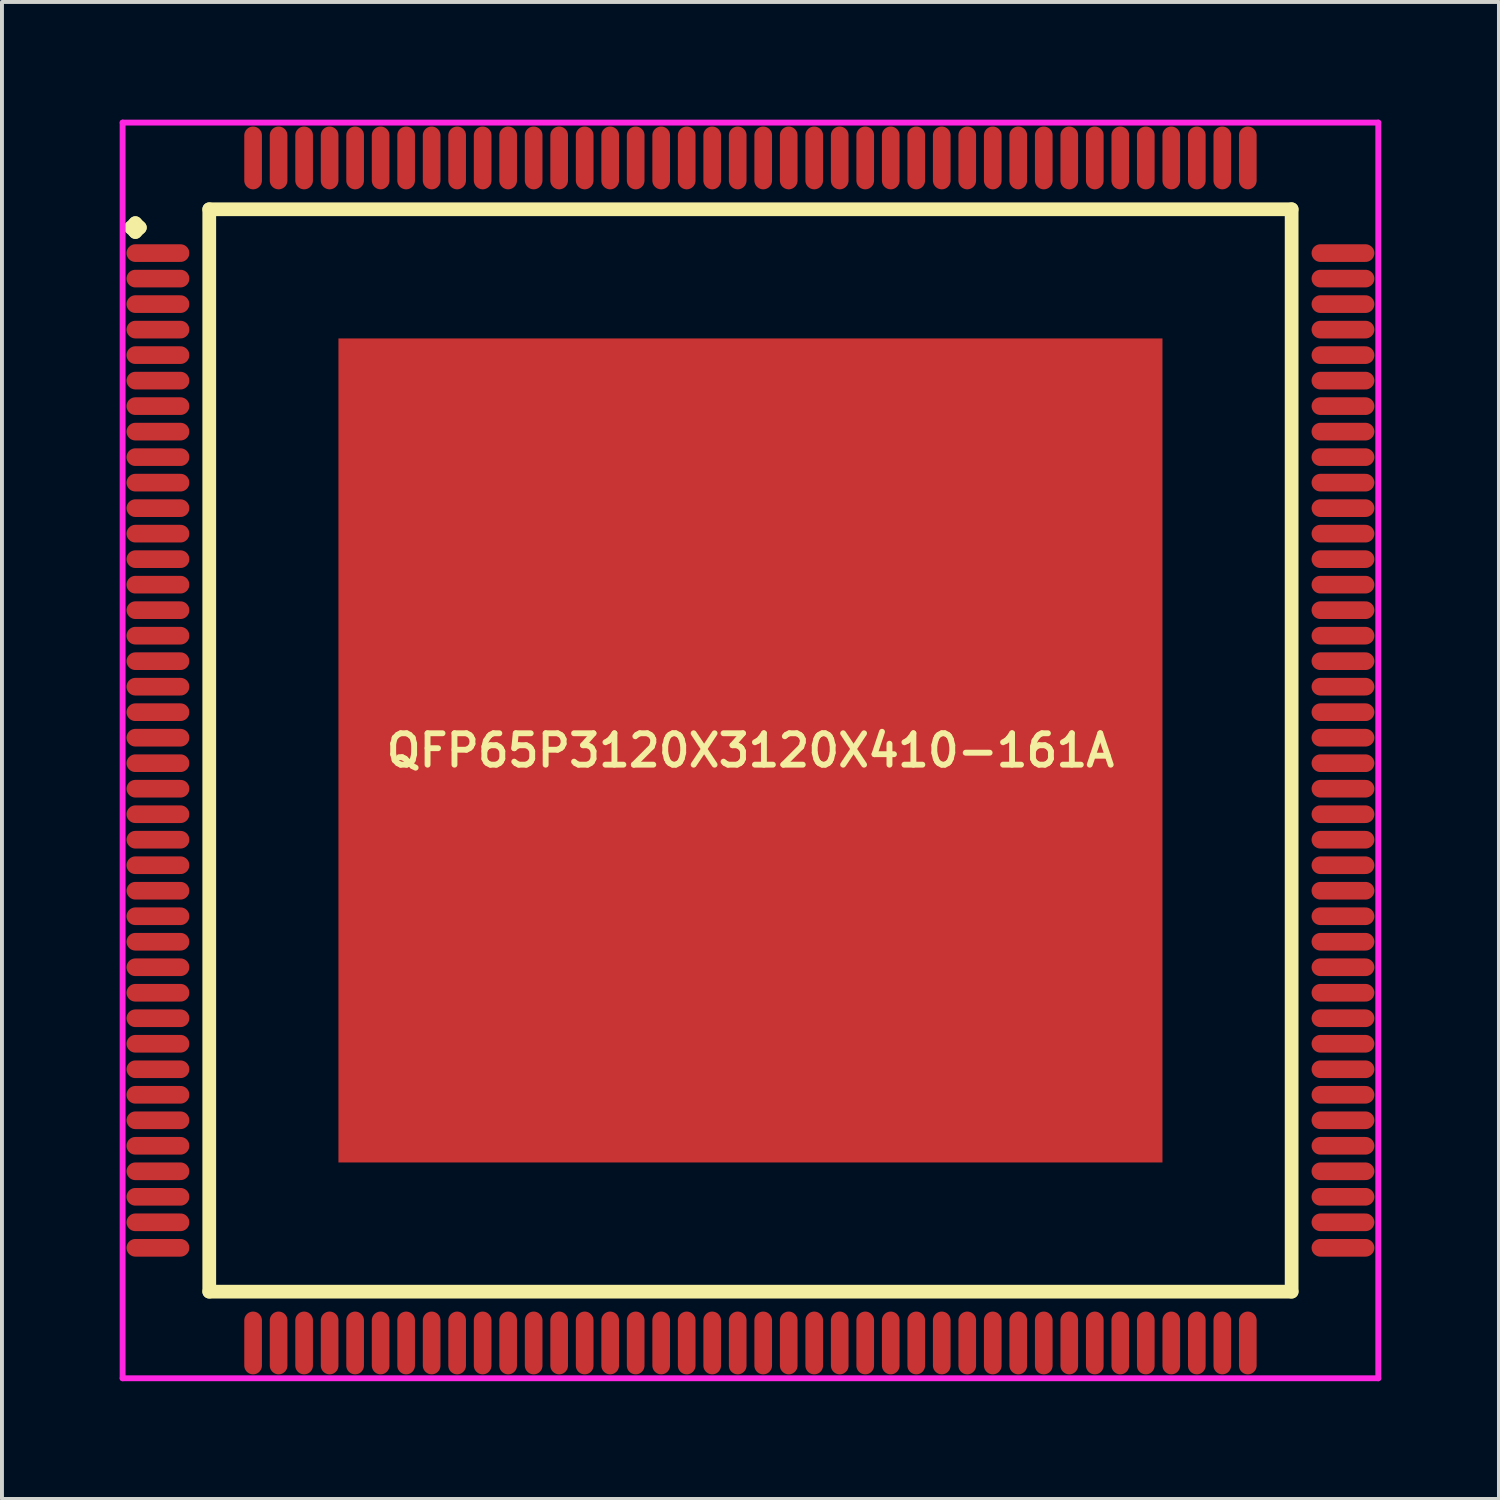
<source format=kicad_pcb>
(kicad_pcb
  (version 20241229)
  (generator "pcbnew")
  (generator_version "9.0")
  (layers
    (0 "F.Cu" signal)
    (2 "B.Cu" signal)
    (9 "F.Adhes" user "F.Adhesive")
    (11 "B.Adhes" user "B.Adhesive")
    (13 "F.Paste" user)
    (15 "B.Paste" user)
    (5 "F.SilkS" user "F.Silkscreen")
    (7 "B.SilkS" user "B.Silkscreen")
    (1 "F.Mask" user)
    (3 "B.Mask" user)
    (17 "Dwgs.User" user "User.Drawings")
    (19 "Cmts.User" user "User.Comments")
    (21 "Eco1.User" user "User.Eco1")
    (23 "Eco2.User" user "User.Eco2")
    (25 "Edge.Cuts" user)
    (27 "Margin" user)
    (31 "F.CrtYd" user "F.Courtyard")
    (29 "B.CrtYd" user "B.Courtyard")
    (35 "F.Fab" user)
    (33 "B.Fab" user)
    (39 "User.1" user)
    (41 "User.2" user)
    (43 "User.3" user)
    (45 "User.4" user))
  (footprint "QFP65P3120X3120X410-161A"
    (layer "F.Cu")
    (at 16.075 16.075)
    (property "Reference" "QFP65P3120X3120X410-161A" (at 0 0 0) (layer "F.SilkS") (effects (font (size 0.8 0.8) (thickness 0.15))))
    (attr through_hole)
    (fp_line (start -15.787 -13.325) (end -15.675 -13.438) (stroke (width 0.35) (type solid)) (layer "F.SilkS"))
    (fp_line (start -15.675 -13.438) (end -15.562 -13.325) (stroke (width 0.35) (type solid)) (layer "F.SilkS"))
    (fp_line (start -15.675 -13.213) (end -15.787 -13.325) (stroke (width 0.35) (type solid)) (layer "F.SilkS"))
    (fp_line (start -15.562 -13.325) (end -15.675 -13.213) (stroke (width 0.35) (type solid)) (layer "F.SilkS"))
    (fp_line (start -13.792 -13.792) (end -13.792 13.792) (stroke (width 0.35) (type solid)) (layer "F.SilkS"))
    (fp_line (start -13.792 13.792) (end 13.792 13.792) (stroke (width 0.35) (type solid)) (layer "F.SilkS"))
    (fp_line (start 13.792 -13.792) (end -13.792 -13.792) (stroke (width 0.35) (type solid)) (layer "F.SilkS"))
    (fp_line (start 13.792 13.792) (end 13.792 -13.792) (stroke (width 0.35) (type solid)) (layer "F.SilkS"))
    (fp_line (start -16 -16) (end 16 -16) (stroke (width 0.15) (type solid)) (layer "F.CrtYd"))
    (fp_line (start -16 16) (end -16 -16) (stroke (width 0.15) (type solid)) (layer "F.CrtYd"))
    (fp_line (start 16 -16) (end 16 16) (stroke (width 0.15) (type solid)) (layer "F.CrtYd"))
    (fp_line (start 16 16) (end -16 16) (stroke (width 0.15) (type solid)) (layer "F.CrtYd"))
    (pad "1" smd oval (at -15.1 -12.675) (size 1.6 0.45) (layers "F.Cu" "F.Mask" "F.Paste"))
    (pad "2" smd oval (at -15.1 -12.025) (size 1.6 0.45) (layers "F.Cu" "F.Mask" "F.Paste"))
    (pad "3" smd oval (at -15.1 -11.375) (size 1.6 0.45) (layers "F.Cu" "F.Mask" "F.Paste"))
    (pad "4" smd oval (at -15.1 -10.725) (size 1.6 0.45) (layers "F.Cu" "F.Mask" "F.Paste"))
    (pad "5" smd oval (at -15.1 -10.075) (size 1.6 0.45) (layers "F.Cu" "F.Mask" "F.Paste"))
    (pad "6" smd oval (at -15.1 -9.425) (size 1.6 0.45) (layers "F.Cu" "F.Mask" "F.Paste"))
    (pad "7" smd oval (at -15.1 -8.775) (size 1.6 0.45) (layers "F.Cu" "F.Mask" "F.Paste"))
    (pad "8" smd oval (at -15.1 -8.125) (size 1.6 0.45) (layers "F.Cu" "F.Mask" "F.Paste"))
    (pad "9" smd oval (at -15.1 -7.475) (size 1.6 0.45) (layers "F.Cu" "F.Mask" "F.Paste"))
    (pad "10" smd oval (at -15.1 -6.825) (size 1.6 0.45) (layers "F.Cu" "F.Mask" "F.Paste"))
    (pad "11" smd oval (at -15.1 -6.175) (size 1.6 0.45) (layers "F.Cu" "F.Mask" "F.Paste"))
    (pad "12" smd oval (at -15.1 -5.525) (size 1.6 0.45) (layers "F.Cu" "F.Mask" "F.Paste"))
    (pad "13" smd oval (at -15.1 -4.875) (size 1.6 0.45) (layers "F.Cu" "F.Mask" "F.Paste"))
    (pad "14" smd oval (at -15.1 -4.225) (size 1.6 0.45) (layers "F.Cu" "F.Mask" "F.Paste"))
    (pad "15" smd oval (at -15.1 -3.575) (size 1.6 0.45) (layers "F.Cu" "F.Mask" "F.Paste"))
    (pad "16" smd oval (at -15.1 -2.925) (size 1.6 0.45) (layers "F.Cu" "F.Mask" "F.Paste"))
    (pad "17" smd oval (at -15.1 -2.275) (size 1.6 0.45) (layers "F.Cu" "F.Mask" "F.Paste"))
    (pad "18" smd oval (at -15.1 -1.625) (size 1.6 0.45) (layers "F.Cu" "F.Mask" "F.Paste"))
    (pad "19" smd oval (at -15.1 -0.975) (size 1.6 0.45) (layers "F.Cu" "F.Mask" "F.Paste"))
    (pad "20" smd oval (at -15.1 -0.325) (size 1.6 0.45) (layers "F.Cu" "F.Mask" "F.Paste"))
    (pad "21" smd oval (at -15.1 0.325) (size 1.6 0.45) (layers "F.Cu" "F.Mask" "F.Paste"))
    (pad "22" smd oval (at -15.1 0.975) (size 1.6 0.45) (layers "F.Cu" "F.Mask" "F.Paste"))
    (pad "23" smd oval (at -15.1 1.625) (size 1.6 0.45) (layers "F.Cu" "F.Mask" "F.Paste"))
    (pad "24" smd oval (at -15.1 2.275) (size 1.6 0.45) (layers "F.Cu" "F.Mask" "F.Paste"))
    (pad "25" smd oval (at -15.1 2.925) (size 1.6 0.45) (layers "F.Cu" "F.Mask" "F.Paste"))
    (pad "26" smd oval (at -15.1 3.575) (size 1.6 0.45) (layers "F.Cu" "F.Mask" "F.Paste"))
    (pad "27" smd oval (at -15.1 4.225) (size 1.6 0.45) (layers "F.Cu" "F.Mask" "F.Paste"))
    (pad "28" smd oval (at -15.1 4.875) (size 1.6 0.45) (layers "F.Cu" "F.Mask" "F.Paste"))
    (pad "29" smd oval (at -15.1 5.525) (size 1.6 0.45) (layers "F.Cu" "F.Mask" "F.Paste"))
    (pad "30" smd oval (at -15.1 6.175) (size 1.6 0.45) (layers "F.Cu" "F.Mask" "F.Paste"))
    (pad "31" smd oval (at -15.1 6.825) (size 1.6 0.45) (layers "F.Cu" "F.Mask" "F.Paste"))
    (pad "32" smd oval (at -15.1 7.475) (size 1.6 0.45) (layers "F.Cu" "F.Mask" "F.Paste"))
    (pad "33" smd oval (at -15.1 8.125) (size 1.6 0.45) (layers "F.Cu" "F.Mask" "F.Paste"))
    (pad "34" smd oval (at -15.1 8.775) (size 1.6 0.45) (layers "F.Cu" "F.Mask" "F.Paste"))
    (pad "35" smd oval (at -15.1 9.425) (size 1.6 0.45) (layers "F.Cu" "F.Mask" "F.Paste"))
    (pad "36" smd oval (at -15.1 10.075) (size 1.6 0.45) (layers "F.Cu" "F.Mask" "F.Paste"))
    (pad "37" smd oval (at -15.1 10.725) (size 1.6 0.45) (layers "F.Cu" "F.Mask" "F.Paste"))
    (pad "38" smd oval (at -15.1 11.375) (size 1.6 0.45) (layers "F.Cu" "F.Mask" "F.Paste"))
    (pad "39" smd oval (at -15.1 12.025) (size 1.6 0.45) (layers "F.Cu" "F.Mask" "F.Paste"))
    (pad "40" smd oval (at -15.1 12.675) (size 1.6 0.45) (layers "F.Cu" "F.Mask" "F.Paste"))
    (pad "41" smd oval (at -12.675 15.1) (size 0.45 1.6) (layers "F.Cu" "F.Mask" "F.Paste"))
    (pad "42" smd oval (at -12.025 15.1) (size 0.45 1.6) (layers "F.Cu" "F.Mask" "F.Paste"))
    (pad "43" smd oval (at -11.375 15.1) (size 0.45 1.6) (layers "F.Cu" "F.Mask" "F.Paste"))
    (pad "44" smd oval (at -10.725 15.1) (size 0.45 1.6) (layers "F.Cu" "F.Mask" "F.Paste"))
    (pad "45" smd oval (at -10.075 15.1) (size 0.45 1.6) (layers "F.Cu" "F.Mask" "F.Paste"))
    (pad "46" smd oval (at -9.425 15.1) (size 0.45 1.6) (layers "F.Cu" "F.Mask" "F.Paste"))
    (pad "47" smd oval (at -8.775 15.1) (size 0.45 1.6) (layers "F.Cu" "F.Mask" "F.Paste"))
    (pad "48" smd oval (at -8.125 15.1) (size 0.45 1.6) (layers "F.Cu" "F.Mask" "F.Paste"))
    (pad "49" smd oval (at -7.475 15.1) (size 0.45 1.6) (layers "F.Cu" "F.Mask" "F.Paste"))
    (pad "50" smd oval (at -6.825 15.1) (size 0.45 1.6) (layers "F.Cu" "F.Mask" "F.Paste"))
    (pad "51" smd oval (at -6.175 15.1) (size 0.45 1.6) (layers "F.Cu" "F.Mask" "F.Paste"))
    (pad "52" smd oval (at -5.525 15.1) (size 0.45 1.6) (layers "F.Cu" "F.Mask" "F.Paste"))
    (pad "53" smd oval (at -4.875 15.1) (size 0.45 1.6) (layers "F.Cu" "F.Mask" "F.Paste"))
    (pad "54" smd oval (at -4.225 15.1) (size 0.45 1.6) (layers "F.Cu" "F.Mask" "F.Paste"))
    (pad "55" smd oval (at -3.575 15.1) (size 0.45 1.6) (layers "F.Cu" "F.Mask" "F.Paste"))
    (pad "56" smd oval (at -2.925 15.1) (size 0.45 1.6) (layers "F.Cu" "F.Mask" "F.Paste"))
    (pad "57" smd oval (at -2.275 15.1) (size 0.45 1.6) (layers "F.Cu" "F.Mask" "F.Paste"))
    (pad "58" smd oval (at -1.625 15.1) (size 0.45 1.6) (layers "F.Cu" "F.Mask" "F.Paste"))
    (pad "59" smd oval (at -0.975 15.1) (size 0.45 1.6) (layers "F.Cu" "F.Mask" "F.Paste"))
    (pad "60" smd oval (at -0.325 15.1) (size 0.45 1.6) (layers "F.Cu" "F.Mask" "F.Paste"))
    (pad "61" smd oval (at 0.325 15.1) (size 0.45 1.6) (layers "F.Cu" "F.Mask" "F.Paste"))
    (pad "62" smd oval (at 0.975 15.1) (size 0.45 1.6) (layers "F.Cu" "F.Mask" "F.Paste"))
    (pad "63" smd oval (at 1.625 15.1) (size 0.45 1.6) (layers "F.Cu" "F.Mask" "F.Paste"))
    (pad "64" smd oval (at 2.275 15.1) (size 0.45 1.6) (layers "F.Cu" "F.Mask" "F.Paste"))
    (pad "65" smd oval (at 2.925 15.1) (size 0.45 1.6) (layers "F.Cu" "F.Mask" "F.Paste"))
    (pad "66" smd oval (at 3.575 15.1) (size 0.45 1.6) (layers "F.Cu" "F.Mask" "F.Paste"))
    (pad "67" smd oval (at 4.225 15.1) (size 0.45 1.6) (layers "F.Cu" "F.Mask" "F.Paste"))
    (pad "68" smd oval (at 4.875 15.1) (size 0.45 1.6) (layers "F.Cu" "F.Mask" "F.Paste"))
    (pad "69" smd oval (at 5.525 15.1) (size 0.45 1.6) (layers "F.Cu" "F.Mask" "F.Paste"))
    (pad "70" smd oval (at 6.175 15.1) (size 0.45 1.6) (layers "F.Cu" "F.Mask" "F.Paste"))
    (pad "71" smd oval (at 6.825 15.1) (size 0.45 1.6) (layers "F.Cu" "F.Mask" "F.Paste"))
    (pad "72" smd oval (at 7.475 15.1) (size 0.45 1.6) (layers "F.Cu" "F.Mask" "F.Paste"))
    (pad "73" smd oval (at 8.125 15.1) (size 0.45 1.6) (layers "F.Cu" "F.Mask" "F.Paste"))
    (pad "74" smd oval (at 8.775 15.1) (size 0.45 1.6) (layers "F.Cu" "F.Mask" "F.Paste"))
    (pad "75" smd oval (at 9.425 15.1) (size 0.45 1.6) (layers "F.Cu" "F.Mask" "F.Paste"))
    (pad "76" smd oval (at 10.075 15.1) (size 0.45 1.6) (layers "F.Cu" "F.Mask" "F.Paste"))
    (pad "77" smd oval (at 10.725 15.1) (size 0.45 1.6) (layers "F.Cu" "F.Mask" "F.Paste"))
    (pad "78" smd oval (at 11.375 15.1) (size 0.45 1.6) (layers "F.Cu" "F.Mask" "F.Paste"))
    (pad "79" smd oval (at 12.025 15.1) (size 0.45 1.6) (layers "F.Cu" "F.Mask" "F.Paste"))
    (pad "80" smd oval (at 12.675 15.1) (size 0.45 1.6) (layers "F.Cu" "F.Mask" "F.Paste"))
    (pad "81" smd oval (at 15.1 12.675) (size 1.6 0.45) (layers "F.Cu" "F.Mask" "F.Paste"))
    (pad "82" smd oval (at 15.1 12.025) (size 1.6 0.45) (layers "F.Cu" "F.Mask" "F.Paste"))
    (pad "83" smd oval (at 15.1 11.375) (size 1.6 0.45) (layers "F.Cu" "F.Mask" "F.Paste"))
    (pad "84" smd oval (at 15.1 10.725) (size 1.6 0.45) (layers "F.Cu" "F.Mask" "F.Paste"))
    (pad "85" smd oval (at 15.1 10.075) (size 1.6 0.45) (layers "F.Cu" "F.Mask" "F.Paste"))
    (pad "86" smd oval (at 15.1 9.425) (size 1.6 0.45) (layers "F.Cu" "F.Mask" "F.Paste"))
    (pad "87" smd oval (at 15.1 8.775) (size 1.6 0.45) (layers "F.Cu" "F.Mask" "F.Paste"))
    (pad "88" smd oval (at 15.1 8.125) (size 1.6 0.45) (layers "F.Cu" "F.Mask" "F.Paste"))
    (pad "89" smd oval (at 15.1 7.475) (size 1.6 0.45) (layers "F.Cu" "F.Mask" "F.Paste"))
    (pad "90" smd oval (at 15.1 6.825) (size 1.6 0.45) (layers "F.Cu" "F.Mask" "F.Paste"))
    (pad "91" smd oval (at 15.1 6.175) (size 1.6 0.45) (layers "F.Cu" "F.Mask" "F.Paste"))
    (pad "92" smd oval (at 15.1 5.525) (size 1.6 0.45) (layers "F.Cu" "F.Mask" "F.Paste"))
    (pad "93" smd oval (at 15.1 4.875) (size 1.6 0.45) (layers "F.Cu" "F.Mask" "F.Paste"))
    (pad "94" smd oval (at 15.1 4.225) (size 1.6 0.45) (layers "F.Cu" "F.Mask" "F.Paste"))
    (pad "95" smd oval (at 15.1 3.575) (size 1.6 0.45) (layers "F.Cu" "F.Mask" "F.Paste"))
    (pad "96" smd oval (at 15.1 2.925) (size 1.6 0.45) (layers "F.Cu" "F.Mask" "F.Paste"))
    (pad "97" smd oval (at 15.1 2.275) (size 1.6 0.45) (layers "F.Cu" "F.Mask" "F.Paste"))
    (pad "98" smd oval (at 15.1 1.625) (size 1.6 0.45) (layers "F.Cu" "F.Mask" "F.Paste"))
    (pad "99" smd oval (at 15.1 0.975) (size 1.6 0.45) (layers "F.Cu" "F.Mask" "F.Paste"))
    (pad "100" smd oval (at 15.1 0.325) (size 1.6 0.45) (layers "F.Cu" "F.Mask" "F.Paste"))
    (pad "101" smd oval (at 15.1 -0.325) (size 1.6 0.45) (layers "F.Cu" "F.Mask" "F.Paste"))
    (pad "102" smd oval (at 15.1 -0.975) (size 1.6 0.45) (layers "F.Cu" "F.Mask" "F.Paste"))
    (pad "103" smd oval (at 15.1 -1.625) (size 1.6 0.45) (layers "F.Cu" "F.Mask" "F.Paste"))
    (pad "104" smd oval (at 15.1 -2.275) (size 1.6 0.45) (layers "F.Cu" "F.Mask" "F.Paste"))
    (pad "105" smd oval (at 15.1 -2.925) (size 1.6 0.45) (layers "F.Cu" "F.Mask" "F.Paste"))
    (pad "106" smd oval (at 15.1 -3.575) (size 1.6 0.45) (layers "F.Cu" "F.Mask" "F.Paste"))
    (pad "107" smd oval (at 15.1 -4.225) (size 1.6 0.45) (layers "F.Cu" "F.Mask" "F.Paste"))
    (pad "108" smd oval (at 15.1 -4.875) (size 1.6 0.45) (layers "F.Cu" "F.Mask" "F.Paste"))
    (pad "109" smd oval (at 15.1 -5.525) (size 1.6 0.45) (layers "F.Cu" "F.Mask" "F.Paste"))
    (pad "110" smd oval (at 15.1 -6.175) (size 1.6 0.45) (layers "F.Cu" "F.Mask" "F.Paste"))
    (pad "111" smd oval (at 15.1 -6.825) (size 1.6 0.45) (layers "F.Cu" "F.Mask" "F.Paste"))
    (pad "112" smd oval (at 15.1 -7.475) (size 1.6 0.45) (layers "F.Cu" "F.Mask" "F.Paste"))
    (pad "113" smd oval (at 15.1 -8.125) (size 1.6 0.45) (layers "F.Cu" "F.Mask" "F.Paste"))
    (pad "114" smd oval (at 15.1 -8.775) (size 1.6 0.45) (layers "F.Cu" "F.Mask" "F.Paste"))
    (pad "115" smd oval (at 15.1 -9.425) (size 1.6 0.45) (layers "F.Cu" "F.Mask" "F.Paste"))
    (pad "116" smd oval (at 15.1 -10.075) (size 1.6 0.45) (layers "F.Cu" "F.Mask" "F.Paste"))
    (pad "117" smd oval (at 15.1 -10.725) (size 1.6 0.45) (layers "F.Cu" "F.Mask" "F.Paste"))
    (pad "118" smd oval (at 15.1 -11.375) (size 1.6 0.45) (layers "F.Cu" "F.Mask" "F.Paste"))
    (pad "119" smd oval (at 15.1 -12.025) (size 1.6 0.45) (layers "F.Cu" "F.Mask" "F.Paste"))
    (pad "120" smd oval (at 15.1 -12.675) (size 1.6 0.45) (layers "F.Cu" "F.Mask" "F.Paste"))
    (pad "121" smd oval (at 12.675 -15.1) (size 0.45 1.6) (layers "F.Cu" "F.Mask" "F.Paste"))
    (pad "122" smd oval (at 12.025 -15.1) (size 0.45 1.6) (layers "F.Cu" "F.Mask" "F.Paste"))
    (pad "123" smd oval (at 11.375 -15.1) (size 0.45 1.6) (layers "F.Cu" "F.Mask" "F.Paste"))
    (pad "124" smd oval (at 10.725 -15.1) (size 0.45 1.6) (layers "F.Cu" "F.Mask" "F.Paste"))
    (pad "125" smd oval (at 10.075 -15.1) (size 0.45 1.6) (layers "F.Cu" "F.Mask" "F.Paste"))
    (pad "126" smd oval (at 9.425 -15.1) (size 0.45 1.6) (layers "F.Cu" "F.Mask" "F.Paste"))
    (pad "127" smd oval (at 8.775 -15.1) (size 0.45 1.6) (layers "F.Cu" "F.Mask" "F.Paste"))
    (pad "128" smd oval (at 8.125 -15.1) (size 0.45 1.6) (layers "F.Cu" "F.Mask" "F.Paste"))
    (pad "129" smd oval (at 7.475 -15.1) (size 0.45 1.6) (layers "F.Cu" "F.Mask" "F.Paste"))
    (pad "130" smd oval (at 6.825 -15.1) (size 0.45 1.6) (layers "F.Cu" "F.Mask" "F.Paste"))
    (pad "131" smd oval (at 6.175 -15.1) (size 0.45 1.6) (layers "F.Cu" "F.Mask" "F.Paste"))
    (pad "132" smd oval (at 5.525 -15.1) (size 0.45 1.6) (layers "F.Cu" "F.Mask" "F.Paste"))
    (pad "133" smd oval (at 4.875 -15.1) (size 0.45 1.6) (layers "F.Cu" "F.Mask" "F.Paste"))
    (pad "134" smd oval (at 4.225 -15.1) (size 0.45 1.6) (layers "F.Cu" "F.Mask" "F.Paste"))
    (pad "135" smd oval (at 3.575 -15.1) (size 0.45 1.6) (layers "F.Cu" "F.Mask" "F.Paste"))
    (pad "136" smd oval (at 2.925 -15.1) (size 0.45 1.6) (layers "F.Cu" "F.Mask" "F.Paste"))
    (pad "137" smd oval (at 2.275 -15.1) (size 0.45 1.6) (layers "F.Cu" "F.Mask" "F.Paste"))
    (pad "138" smd oval (at 1.625 -15.1) (size 0.45 1.6) (layers "F.Cu" "F.Mask" "F.Paste"))
    (pad "139" smd oval (at 0.975 -15.1) (size 0.45 1.6) (layers "F.Cu" "F.Mask" "F.Paste"))
    (pad "140" smd oval (at 0.325 -15.1) (size 0.45 1.6) (layers "F.Cu" "F.Mask" "F.Paste"))
    (pad "141" smd oval (at -0.325 -15.1) (size 0.45 1.6) (layers "F.Cu" "F.Mask" "F.Paste"))
    (pad "142" smd oval (at -0.975 -15.1) (size 0.45 1.6) (layers "F.Cu" "F.Mask" "F.Paste"))
    (pad "143" smd oval (at -1.625 -15.1) (size 0.45 1.6) (layers "F.Cu" "F.Mask" "F.Paste"))
    (pad "144" smd oval (at -2.275 -15.1) (size 0.45 1.6) (layers "F.Cu" "F.Mask" "F.Paste"))
    (pad "145" smd oval (at -2.925 -15.1) (size 0.45 1.6) (layers "F.Cu" "F.Mask" "F.Paste"))
    (pad "146" smd oval (at -3.575 -15.1) (size 0.45 1.6) (layers "F.Cu" "F.Mask" "F.Paste"))
    (pad "147" smd oval (at -4.225 -15.1) (size 0.45 1.6) (layers "F.Cu" "F.Mask" "F.Paste"))
    (pad "148" smd oval (at -4.875 -15.1) (size 0.45 1.6) (layers "F.Cu" "F.Mask" "F.Paste"))
    (pad "149" smd oval (at -5.525 -15.1) (size 0.45 1.6) (layers "F.Cu" "F.Mask" "F.Paste"))
    (pad "150" smd oval (at -6.175 -15.1) (size 0.45 1.6) (layers "F.Cu" "F.Mask" "F.Paste"))
    (pad "151" smd oval (at -6.825 -15.1) (size 0.45 1.6) (layers "F.Cu" "F.Mask" "F.Paste"))
    (pad "152" smd oval (at -7.475 -15.1) (size 0.45 1.6) (layers "F.Cu" "F.Mask" "F.Paste"))
    (pad "153" smd oval (at -8.125 -15.1) (size 0.45 1.6) (layers "F.Cu" "F.Mask" "F.Paste"))
    (pad "154" smd oval (at -8.775 -15.1) (size 0.45 1.6) (layers "F.Cu" "F.Mask" "F.Paste"))
    (pad "155" smd oval (at -9.425 -15.1) (size 0.45 1.6) (layers "F.Cu" "F.Mask" "F.Paste"))
    (pad "156" smd oval (at -10.075 -15.1) (size 0.45 1.6) (layers "F.Cu" "F.Mask" "F.Paste"))
    (pad "157" smd oval (at -10.725 -15.1) (size 0.45 1.6) (layers "F.Cu" "F.Mask" "F.Paste"))
    (pad "158" smd oval (at -11.375 -15.1) (size 0.45 1.6) (layers "F.Cu" "F.Mask" "F.Paste"))
    (pad "159" smd oval (at -12.025 -15.1) (size 0.45 1.6) (layers "F.Cu" "F.Mask" "F.Paste"))
    (pad "160" smd oval (at -12.675 -15.1) (size 0.45 1.6) (layers "F.Cu" "F.Mask" "F.Paste"))
    (pad "161" smd rect (at 0 0) (size 21 21) (layers "F.Cu" "F.Mask" "F.Paste")))
  (gr_rect
    (start -3 -3)
    (end 35.15 35.15)
    (stroke (width 0.1) (type default))
    (fill no)
    (layer "Edge.Cuts")))
</source>
